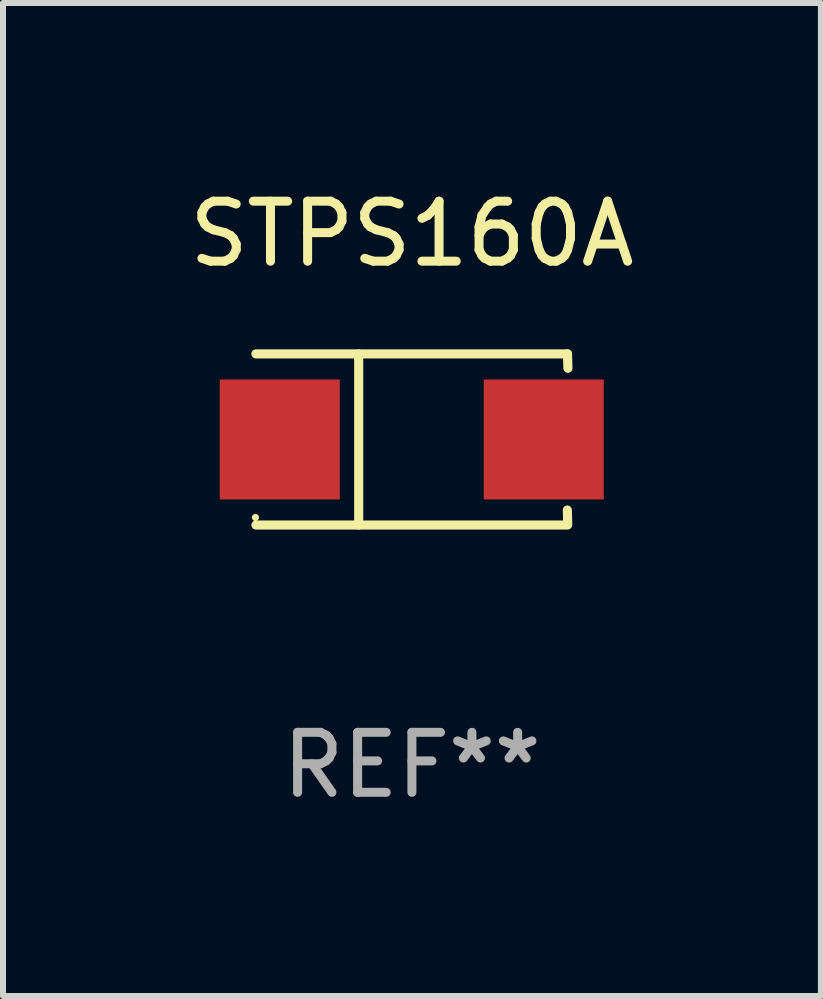
<source format=kicad_pcb>
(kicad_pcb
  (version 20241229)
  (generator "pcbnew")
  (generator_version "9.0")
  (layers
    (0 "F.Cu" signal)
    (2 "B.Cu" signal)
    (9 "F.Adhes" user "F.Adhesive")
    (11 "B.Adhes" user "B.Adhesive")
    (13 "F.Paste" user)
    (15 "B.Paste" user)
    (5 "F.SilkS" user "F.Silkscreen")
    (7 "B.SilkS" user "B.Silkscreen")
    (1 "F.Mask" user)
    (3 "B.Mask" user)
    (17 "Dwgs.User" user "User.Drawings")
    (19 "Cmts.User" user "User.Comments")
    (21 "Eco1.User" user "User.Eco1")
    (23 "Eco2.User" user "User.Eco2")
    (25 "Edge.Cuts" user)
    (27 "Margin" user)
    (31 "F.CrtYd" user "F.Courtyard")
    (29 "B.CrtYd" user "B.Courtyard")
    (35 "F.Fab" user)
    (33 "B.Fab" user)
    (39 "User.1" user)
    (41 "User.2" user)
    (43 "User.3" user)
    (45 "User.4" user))
  (footprint "STPS160A"
    (layer "F.Cu")
    (at 3.815 4.274)
    (property "Reference" "STPS160A" (at 0 -3.426 0) (layer "F.SilkS") (effects (font (size 1 1) (thickness 0.15))))
    (attr through_hole)
    (fp_line (start -2.6 -1.426) (end 2.593 -1.426) (stroke (width 0.152) (type solid)) (layer "F.SilkS"))
    (fp_line (start -2.6 1.426) (end 2.593 1.426) (stroke (width 0.152) (type solid)) (layer "F.SilkS"))
    (fp_line (start -0.887 -1.426) (end -0.887 1.426) (stroke (width 0.152) (type solid)) (layer "F.SilkS"))
    (fp_line (start 2.59 1.176) (end 2.597 1.415) (stroke (width 0.152) (type solid)) (layer "F.SilkS"))
    (fp_line (start 2.593 -1.426) (end 2.6 -1.187) (stroke (width 0.152) (type solid)) (layer "F.SilkS"))
    (fp_circle (center -2.608 1.3) (end -2.578 1.3) (stroke (width 0.06) (type solid)) (fill no) (layer "F.SilkS"))
    (fp_text user "REF**" (at 0 5.426 0) (layer "F.Fab") (effects (font (size 1 1) (thickness 0.15))))
    (pad "1" smd rect (at -2.203 0 180) (size 2 2) (layers "F.Cu" "F.Mask" "F.Paste"))
    (pad "2" smd rect (at 2.197 0 180) (size 2 2) (layers "F.Cu" "F.Mask" "F.Paste")))
  (gr_rect
    (start -3 -3)
    (end 10.631 13.549)
    (stroke (width 0.1) (type default))
    (fill no)
    (layer "Edge.Cuts")))
</source>
